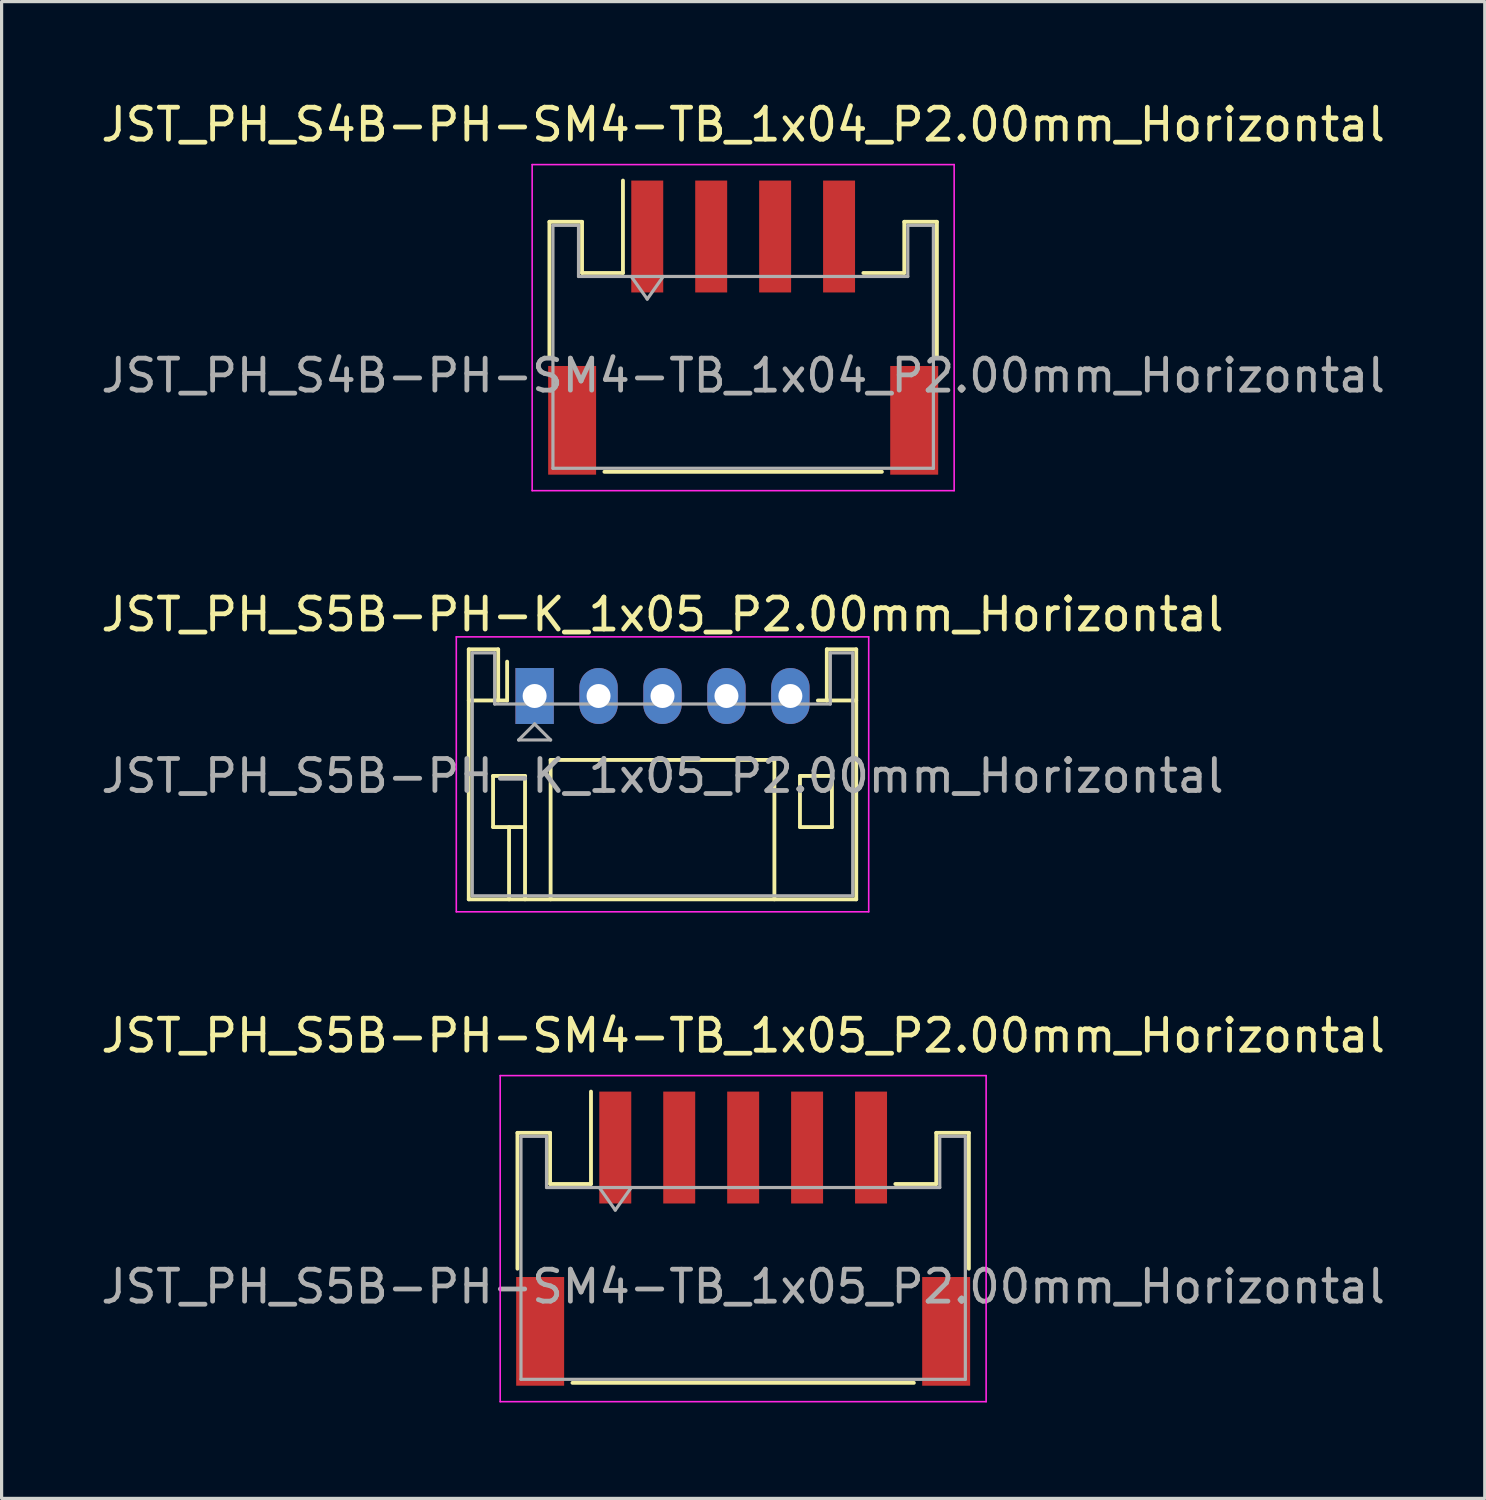
<source format=kicad_pcb>
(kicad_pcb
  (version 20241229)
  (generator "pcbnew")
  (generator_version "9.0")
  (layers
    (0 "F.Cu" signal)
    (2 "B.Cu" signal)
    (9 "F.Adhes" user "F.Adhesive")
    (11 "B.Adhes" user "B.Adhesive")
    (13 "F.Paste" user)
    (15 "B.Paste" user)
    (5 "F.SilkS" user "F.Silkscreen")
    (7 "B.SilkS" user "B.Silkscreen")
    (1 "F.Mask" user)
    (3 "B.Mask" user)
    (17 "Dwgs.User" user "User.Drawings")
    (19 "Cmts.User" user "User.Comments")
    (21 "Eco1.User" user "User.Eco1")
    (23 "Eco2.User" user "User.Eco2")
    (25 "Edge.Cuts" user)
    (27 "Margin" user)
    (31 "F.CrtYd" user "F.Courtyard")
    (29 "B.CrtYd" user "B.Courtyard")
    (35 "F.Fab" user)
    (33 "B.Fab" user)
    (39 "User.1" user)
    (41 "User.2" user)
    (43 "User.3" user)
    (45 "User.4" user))
  (footprint "JST_PH_S5B-PH-SM4-TB_1x05_P2.00mm_Horizontal"
    (layer "F.Cu")
    (at 20.196 35.695)
    (property "Reference" "JST_PH_S5B-PH-SM4-TB_1x05_P2.00mm_Horizontal" (at 0 -6.35 0) (layer "F.SilkS") (effects (font (size 1 1) (thickness 0.15))))
    (attr smd)
    (fp_line (start -7.06 -3.31) (end -6.04 -3.31) (stroke (width 0.12) (type solid)) (layer "F.SilkS"))
    (fp_line (start -7.06 0.94) (end -7.06 -3.31) (stroke (width 0.12) (type solid)) (layer "F.SilkS"))
    (fp_line (start -6.04 -3.31) (end -6.04 -1.71) (stroke (width 0.12) (type solid)) (layer "F.SilkS"))
    (fp_line (start -6.04 -1.71) (end -4.76 -1.71) (stroke (width 0.12) (type solid)) (layer "F.SilkS"))
    (fp_line (start -5.34 4.51) (end 5.34 4.51) (stroke (width 0.12) (type solid)) (layer "F.SilkS"))
    (fp_line (start -4.76 -1.71) (end -4.76 -4.6) (stroke (width 0.12) (type solid)) (layer "F.SilkS"))
    (fp_line (start 6.04 -3.31) (end 6.04 -1.71) (stroke (width 0.12) (type solid)) (layer "F.SilkS"))
    (fp_line (start 6.04 -1.71) (end 4.76 -1.71) (stroke (width 0.12) (type solid)) (layer "F.SilkS"))
    (fp_line (start 7.06 -3.31) (end 6.04 -3.31) (stroke (width 0.12) (type solid)) (layer "F.SilkS"))
    (fp_line (start 7.06 0.94) (end 7.06 -3.31) (stroke (width 0.12) (type solid)) (layer "F.SilkS"))
    (fp_line (start -7.6 -5.1) (end -7.6 5.1) (stroke (width 0.05) (type solid)) (layer "F.CrtYd"))
    (fp_line (start -7.6 5.1) (end 7.6 5.1) (stroke (width 0.05) (type solid)) (layer "F.CrtYd"))
    (fp_line (start 7.6 -5.1) (end -7.6 -5.1) (stroke (width 0.05) (type solid)) (layer "F.CrtYd"))
    (fp_line (start 7.6 5.1) (end 7.6 -5.1) (stroke (width 0.05) (type solid)) (layer "F.CrtYd"))
    (fp_line (start -6.95 -3.2) (end -6.95 4.4) (stroke (width 0.1) (type solid)) (layer "F.Fab"))
    (fp_line (start -6.95 -3.2) (end -6.15 -3.2) (stroke (width 0.1) (type solid)) (layer "F.Fab"))
    (fp_line (start -6.95 4.4) (end 6.95 4.4) (stroke (width 0.1) (type solid)) (layer "F.Fab"))
    (fp_line (start -6.15 -3.2) (end -6.15 -1.6) (stroke (width 0.1) (type solid)) (layer "F.Fab"))
    (fp_line (start -6.15 -1.6) (end 6.15 -1.6) (stroke (width 0.1) (type solid)) (layer "F.Fab"))
    (fp_line (start -4.5 -1.6) (end -4 -0.893) (stroke (width 0.1) (type solid)) (layer "F.Fab"))
    (fp_line (start -4 -0.893) (end -3.5 -1.6) (stroke (width 0.1) (type solid)) (layer "F.Fab"))
    (fp_line (start 6.15 -3.2) (end 6.95 -3.2) (stroke (width 0.1) (type solid)) (layer "F.Fab"))
    (fp_line (start 6.15 -1.6) (end 6.15 -3.2) (stroke (width 0.1) (type solid)) (layer "F.Fab"))
    (fp_line (start 6.95 -3.2) (end 6.95 4.4) (stroke (width 0.1) (type solid)) (layer "F.Fab"))
    (fp_text user "${REFERENCE}" (at 0 1.5 0) (layer "F.Fab") (effects (font (size 1 1) (thickness 0.15))))
    (pad "" smd rect (at -6.35 2.9) (size 1.5 3.4) (layers "F.Cu" "F.Mask" "F.Paste"))
    (pad "" smd rect (at 6.35 2.9) (size 1.5 3.4) (layers "F.Cu" "F.Mask" "F.Paste"))
    (pad "1" smd rect (at -4 -2.85) (size 1 3.5) (layers "F.Cu" "F.Mask" "F.Paste"))
    (pad "2" smd rect (at -2 -2.85) (size 1 3.5) (layers "F.Cu" "F.Mask" "F.Paste"))
    (pad "3" smd rect (at 0 -2.85) (size 1 3.5) (layers "F.Cu" "F.Mask" "F.Paste"))
    (pad "4" smd rect (at 2 -2.85) (size 1 3.5) (layers "F.Cu" "F.Mask" "F.Paste"))
    (pad "5" smd rect (at 4 -2.85) (size 1 3.5) (layers "F.Cu" "F.Mask" "F.Paste")))
  (footprint "JST_PH_S4B-PH-SM4-TB_1x04_P2.00mm_Horizontal"
    (layer "F.Cu")
    (at 20.196 7.198)
    (property "Reference" "JST_PH_S4B-PH-SM4-TB_1x04_P2.00mm_Horizontal" (at 0 -6.35 0) (layer "F.SilkS") (effects (font (size 1 1) (thickness 0.15))))
    (attr smd)
    (fp_line (start -6.06 -3.31) (end -5.04 -3.31) (stroke (width 0.12) (type solid)) (layer "F.SilkS"))
    (fp_line (start -6.06 0.94) (end -6.06 -3.31) (stroke (width 0.12) (type solid)) (layer "F.SilkS"))
    (fp_line (start -5.04 -3.31) (end -5.04 -1.71) (stroke (width 0.12) (type solid)) (layer "F.SilkS"))
    (fp_line (start -5.04 -1.71) (end -3.76 -1.71) (stroke (width 0.12) (type solid)) (layer "F.SilkS"))
    (fp_line (start -4.34 4.51) (end 4.34 4.51) (stroke (width 0.12) (type solid)) (layer "F.SilkS"))
    (fp_line (start -3.76 -1.71) (end -3.76 -4.6) (stroke (width 0.12) (type solid)) (layer "F.SilkS"))
    (fp_line (start 5.04 -3.31) (end 5.04 -1.71) (stroke (width 0.12) (type solid)) (layer "F.SilkS"))
    (fp_line (start 5.04 -1.71) (end 3.76 -1.71) (stroke (width 0.12) (type solid)) (layer "F.SilkS"))
    (fp_line (start 6.06 -3.31) (end 5.04 -3.31) (stroke (width 0.12) (type solid)) (layer "F.SilkS"))
    (fp_line (start 6.06 0.94) (end 6.06 -3.31) (stroke (width 0.12) (type solid)) (layer "F.SilkS"))
    (fp_line (start -6.6 -5.1) (end -6.6 5.1) (stroke (width 0.05) (type solid)) (layer "F.CrtYd"))
    (fp_line (start -6.6 5.1) (end 6.6 5.1) (stroke (width 0.05) (type solid)) (layer "F.CrtYd"))
    (fp_line (start 6.6 -5.1) (end -6.6 -5.1) (stroke (width 0.05) (type solid)) (layer "F.CrtYd"))
    (fp_line (start 6.6 5.1) (end 6.6 -5.1) (stroke (width 0.05) (type solid)) (layer "F.CrtYd"))
    (fp_line (start -5.95 -3.2) (end -5.95 4.4) (stroke (width 0.1) (type solid)) (layer "F.Fab"))
    (fp_line (start -5.95 -3.2) (end -5.15 -3.2) (stroke (width 0.1) (type solid)) (layer "F.Fab"))
    (fp_line (start -5.95 4.4) (end 5.95 4.4) (stroke (width 0.1) (type solid)) (layer "F.Fab"))
    (fp_line (start -5.15 -3.2) (end -5.15 -1.6) (stroke (width 0.1) (type solid)) (layer "F.Fab"))
    (fp_line (start -5.15 -1.6) (end 5.15 -1.6) (stroke (width 0.1) (type solid)) (layer "F.Fab"))
    (fp_line (start -3.5 -1.6) (end -3 -0.893) (stroke (width 0.1) (type solid)) (layer "F.Fab"))
    (fp_line (start -3 -0.893) (end -2.5 -1.6) (stroke (width 0.1) (type solid)) (layer "F.Fab"))
    (fp_line (start 5.15 -3.2) (end 5.95 -3.2) (stroke (width 0.1) (type solid)) (layer "F.Fab"))
    (fp_line (start 5.15 -1.6) (end 5.15 -3.2) (stroke (width 0.1) (type solid)) (layer "F.Fab"))
    (fp_line (start 5.95 -3.2) (end 5.95 4.4) (stroke (width 0.1) (type solid)) (layer "F.Fab"))
    (fp_text user "${REFERENCE}" (at 0 1.5 0) (layer "F.Fab") (effects (font (size 1 1) (thickness 0.15))))
    (pad "" smd rect (at -5.35 2.9) (size 1.5 3.4) (layers "F.Cu" "F.Mask" "F.Paste"))
    (pad "" smd rect (at 5.35 2.9) (size 1.5 3.4) (layers "F.Cu" "F.Mask" "F.Paste"))
    (pad "1" smd rect (at -3 -2.85) (size 1 3.5) (layers "F.Cu" "F.Mask" "F.Paste"))
    (pad "2" smd rect (at -1 -2.85) (size 1 3.5) (layers "F.Cu" "F.Mask" "F.Paste"))
    (pad "3" smd rect (at 1 -2.85) (size 1 3.5) (layers "F.Cu" "F.Mask" "F.Paste"))
    (pad "4" smd rect (at 3 -2.85) (size 1 3.5) (layers "F.Cu" "F.Mask" "F.Paste")))
  (footprint "JST_PH_S5B-PH-K_1x05_P2.00mm_Horizontal"
    (layer "F.Cu")
    (at 13.673 18.721)
    (property "Reference" "JST_PH_S5B-PH-K_1x05_P2.00mm_Horizontal" (at 4 -2.55 0) (layer "F.SilkS") (effects (font (size 1 1) (thickness 0.15))))
    (attr through_hole)
    (fp_line (start -2.06 -1.46) (end -2.06 6.36) (stroke (width 0.12) (type solid)) (layer "F.SilkS"))
    (fp_line (start -2.06 0.14) (end -1.14 0.14) (stroke (width 0.12) (type solid)) (layer "F.SilkS"))
    (fp_line (start -2.06 6.36) (end 10.06 6.36) (stroke (width 0.12) (type solid)) (layer "F.SilkS"))
    (fp_line (start -1.3 2.5) (end -1.3 4.1) (stroke (width 0.12) (type solid)) (layer "F.SilkS"))
    (fp_line (start -1.3 4.1) (end -0.3 4.1) (stroke (width 0.12) (type solid)) (layer "F.SilkS"))
    (fp_line (start -1.14 -1.46) (end -2.06 -1.46) (stroke (width 0.12) (type solid)) (layer "F.SilkS"))
    (fp_line (start -1.14 0.14) (end -1.14 -1.46) (stroke (width 0.12) (type solid)) (layer "F.SilkS"))
    (fp_line (start -0.86 0.14) (end -1.14 0.14) (stroke (width 0.12) (type solid)) (layer "F.SilkS"))
    (fp_line (start -0.86 0.14) (end -0.86 -1.075) (stroke (width 0.12) (type solid)) (layer "F.SilkS"))
    (fp_line (start -0.8 4.1) (end -0.8 6.36) (stroke (width 0.12) (type solid)) (layer "F.SilkS"))
    (fp_line (start -0.3 2.5) (end -1.3 2.5) (stroke (width 0.12) (type solid)) (layer "F.SilkS"))
    (fp_line (start -0.3 4.1) (end -0.3 2.5) (stroke (width 0.12) (type solid)) (layer "F.SilkS"))
    (fp_line (start -0.3 4.1) (end -0.3 6.36) (stroke (width 0.12) (type solid)) (layer "F.SilkS"))
    (fp_line (start 0.5 2) (end 7.5 2) (stroke (width 0.12) (type solid)) (layer "F.SilkS"))
    (fp_line (start 0.5 6.36) (end 0.5 2) (stroke (width 0.12) (type solid)) (layer "F.SilkS"))
    (fp_line (start 7.5 2) (end 7.5 6.36) (stroke (width 0.12) (type solid)) (layer "F.SilkS"))
    (fp_line (start 8.3 2.5) (end 9.3 2.5) (stroke (width 0.12) (type solid)) (layer "F.SilkS"))
    (fp_line (start 8.3 4.1) (end 8.3 2.5) (stroke (width 0.12) (type solid)) (layer "F.SilkS"))
    (fp_line (start 9.14 -1.46) (end 9.14 0.14) (stroke (width 0.12) (type solid)) (layer "F.SilkS"))
    (fp_line (start 9.14 0.14) (end 8.86 0.14) (stroke (width 0.12) (type solid)) (layer "F.SilkS"))
    (fp_line (start 9.3 2.5) (end 9.3 4.1) (stroke (width 0.12) (type solid)) (layer "F.SilkS"))
    (fp_line (start 9.3 4.1) (end 8.3 4.1) (stroke (width 0.12) (type solid)) (layer "F.SilkS"))
    (fp_line (start 10.06 -1.46) (end 9.14 -1.46) (stroke (width 0.12) (type solid)) (layer "F.SilkS"))
    (fp_line (start 10.06 0.14) (end 9.14 0.14) (stroke (width 0.12) (type solid)) (layer "F.SilkS"))
    (fp_line (start 10.06 6.36) (end 10.06 -1.46) (stroke (width 0.12) (type solid)) (layer "F.SilkS"))
    (fp_line (start -2.45 -1.85) (end -2.45 6.75) (stroke (width 0.05) (type solid)) (layer "F.CrtYd"))
    (fp_line (start -2.45 6.75) (end 10.45 6.75) (stroke (width 0.05) (type solid)) (layer "F.CrtYd"))
    (fp_line (start 10.45 -1.85) (end -2.45 -1.85) (stroke (width 0.05) (type solid)) (layer "F.CrtYd"))
    (fp_line (start 10.45 6.75) (end 10.45 -1.85) (stroke (width 0.05) (type solid)) (layer "F.CrtYd"))
    (fp_line (start -1.95 -1.35) (end -1.95 6.25) (stroke (width 0.1) (type solid)) (layer "F.Fab"))
    (fp_line (start -1.95 6.25) (end 9.95 6.25) (stroke (width 0.1) (type solid)) (layer "F.Fab"))
    (fp_line (start -1.25 -1.35) (end -1.95 -1.35) (stroke (width 0.1) (type solid)) (layer "F.Fab"))
    (fp_line (start -1.25 0.25) (end -1.25 -1.35) (stroke (width 0.1) (type solid)) (layer "F.Fab"))
    (fp_line (start -0.5 1.375) (end 0.5 1.375) (stroke (width 0.1) (type solid)) (layer "F.Fab"))
    (fp_line (start 0 0.875) (end -0.5 1.375) (stroke (width 0.1) (type solid)) (layer "F.Fab"))
    (fp_line (start 0.5 1.375) (end 0 0.875) (stroke (width 0.1) (type solid)) (layer "F.Fab"))
    (fp_line (start 9.25 -1.35) (end 9.25 0.25) (stroke (width 0.1) (type solid)) (layer "F.Fab"))
    (fp_line (start 9.25 0.25) (end -1.25 0.25) (stroke (width 0.1) (type solid)) (layer "F.Fab"))
    (fp_line (start 9.95 -1.35) (end 9.25 -1.35) (stroke (width 0.1) (type solid)) (layer "F.Fab"))
    (fp_line (start 9.95 6.25) (end 9.95 -1.35) (stroke (width 0.1) (type solid)) (layer "F.Fab"))
    (fp_text user "${REFERENCE}" (at 4 2.5 0) (layer "F.Fab") (effects (font (size 1 1) (thickness 0.15))))
    (pad "1" thru_hole rect (at 0 0) (size 1.2 1.75) (drill 0.75) (layers "*.Cu" "*.Mask"))
    (pad "2" thru_hole oval (at 2 0) (size 1.2 1.75) (drill 0.75) (layers "*.Cu" "*.Mask"))
    (pad "3" thru_hole oval (at 4 0) (size 1.2 1.75) (drill 0.75) (layers "*.Cu" "*.Mask"))
    (pad "4" thru_hole oval (at 6 0) (size 1.2 1.75) (drill 0.75) (layers "*.Cu" "*.Mask"))
    (pad "5" thru_hole oval (at 8 0) (size 1.2 1.75) (drill 0.75) (layers "*.Cu" "*.Mask")))
  (gr_rect
    (start -3 -3)
    (end 43.393 43.82)
    (stroke (width 0.1) (type default))
    (fill no)
    (layer "Edge.Cuts")))
</source>
